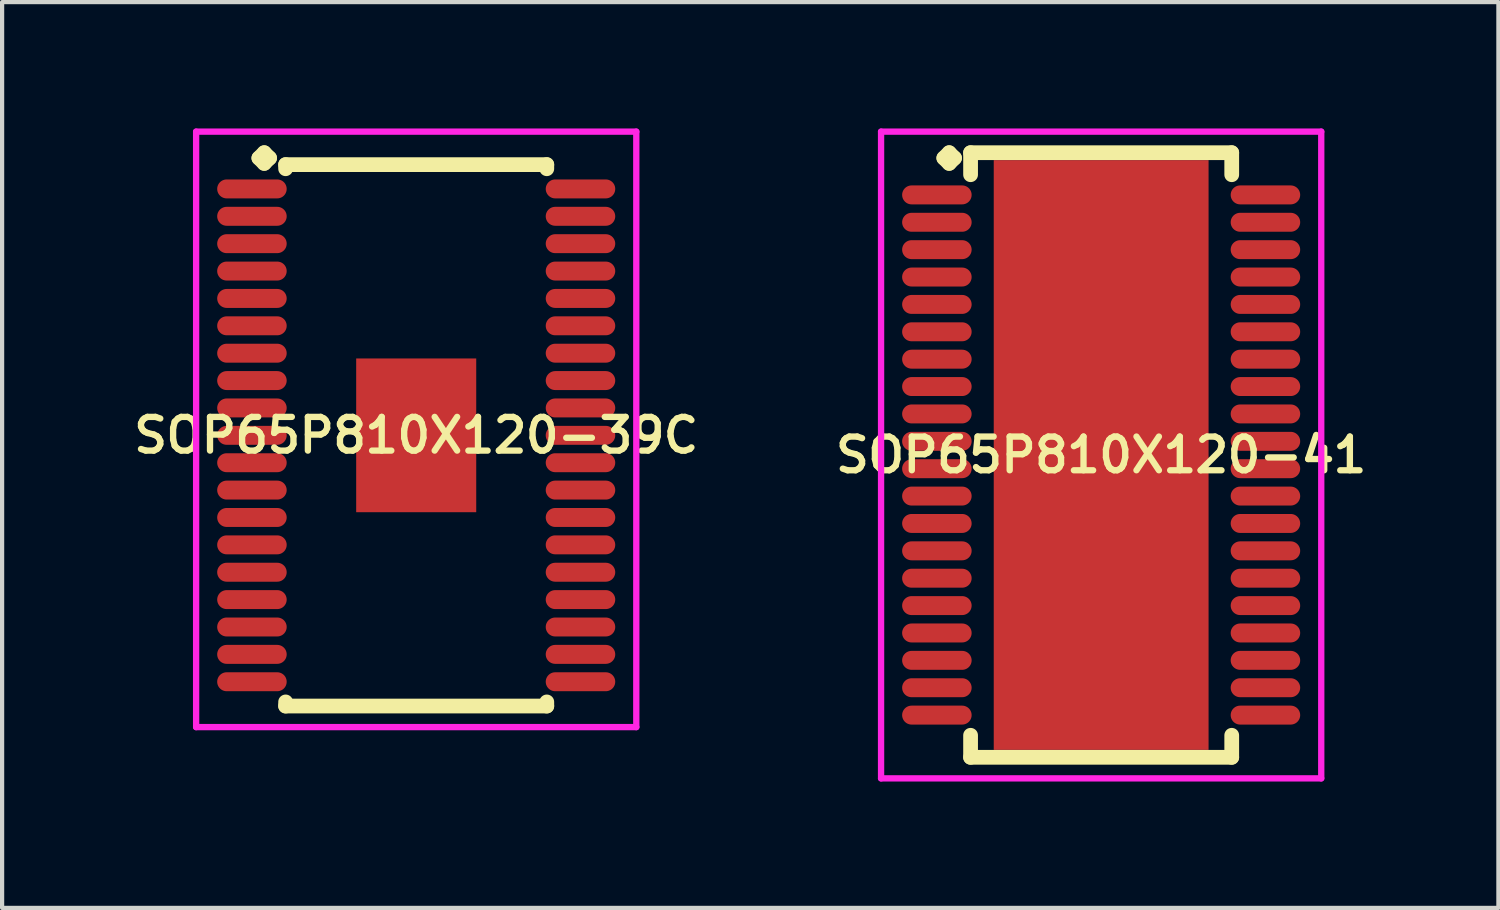
<source format=kicad_pcb>
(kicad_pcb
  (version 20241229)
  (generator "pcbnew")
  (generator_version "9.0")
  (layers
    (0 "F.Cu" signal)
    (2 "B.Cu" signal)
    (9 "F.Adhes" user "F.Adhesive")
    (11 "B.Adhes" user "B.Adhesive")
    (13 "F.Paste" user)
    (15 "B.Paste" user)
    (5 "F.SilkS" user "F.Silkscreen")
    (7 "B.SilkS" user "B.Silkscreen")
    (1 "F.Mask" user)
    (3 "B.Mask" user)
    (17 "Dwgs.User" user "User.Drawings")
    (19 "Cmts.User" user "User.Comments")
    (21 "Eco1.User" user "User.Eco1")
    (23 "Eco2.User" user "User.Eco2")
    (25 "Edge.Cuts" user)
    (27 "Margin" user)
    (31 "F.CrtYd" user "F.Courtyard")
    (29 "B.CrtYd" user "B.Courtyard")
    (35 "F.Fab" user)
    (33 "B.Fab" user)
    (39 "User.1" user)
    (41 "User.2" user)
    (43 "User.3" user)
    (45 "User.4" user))
  (footprint "SOP65P810X120-39C"
    (layer "F.Cu")
    (at 6.831 7.285)
    (property "Reference" "SOP65P810X120-39C" (at 0 0 0) (layer "F.SilkS") (effects (font (size 0.8 0.8) (thickness 0.15))))
    (attr smd)
    (fp_line (start -3.735 -6.583) (end -3.608 -6.71) (stroke (width 0.35) (type solid)) (layer "F.SilkS"))
    (fp_line (start -3.608 -6.71) (end -3.481 -6.583) (stroke (width 0.35) (type solid)) (layer "F.SilkS"))
    (fp_line (start -3.608 -6.456) (end -3.735 -6.583) (stroke (width 0.35) (type solid)) (layer "F.SilkS"))
    (fp_line (start -3.481 -6.583) (end -3.608 -6.456) (stroke (width 0.35) (type solid)) (layer "F.SilkS"))
    (fp_line (start -3.1 -6.427) (end 3.1 -6.427) (stroke (width 0.35) (type solid)) (layer "F.SilkS"))
    (fp_line (start -3.1 -6.329) (end -3.1 -6.427) (stroke (width 0.35) (type solid)) (layer "F.SilkS"))
    (fp_line (start -3.1 6.329) (end -3.1 6.427) (stroke (width 0.35) (type solid)) (layer "F.SilkS"))
    (fp_line (start -3.1 6.427) (end 3.1 6.427) (stroke (width 0.35) (type solid)) (layer "F.SilkS"))
    (fp_line (start 3.1 -6.427) (end 3.1 -6.329) (stroke (width 0.35) (type solid)) (layer "F.SilkS"))
    (fp_line (start 3.1 6.427) (end 3.1 6.329) (stroke (width 0.35) (type solid)) (layer "F.SilkS"))
    (fp_line (start -5.225 -7.21) (end 5.225 -7.21) (stroke (width 0.15) (type solid)) (layer "F.CrtYd"))
    (fp_line (start -5.225 6.927) (end -5.225 -7.21) (stroke (width 0.15) (type solid)) (layer "F.CrtYd"))
    (fp_line (start 5.225 -7.21) (end 5.225 6.927) (stroke (width 0.15) (type solid)) (layer "F.CrtYd"))
    (fp_line (start 5.225 6.927) (end -5.225 6.927) (stroke (width 0.15) (type solid)) (layer "F.CrtYd"))
    (pad "1" smd oval (at -3.9 -5.85) (size 1.65 0.45) (layers "F.Cu" "F.Mask" "F.Paste"))
    (pad "2" smd oval (at -3.9 -5.2) (size 1.65 0.45) (layers "F.Cu" "F.Mask" "F.Paste"))
    (pad "3" smd oval (at -3.9 -4.55) (size 1.65 0.45) (layers "F.Cu" "F.Mask" "F.Paste"))
    (pad "4" smd oval (at -3.9 -3.9) (size 1.65 0.45) (layers "F.Cu" "F.Mask" "F.Paste"))
    (pad "5" smd oval (at -3.9 -3.25) (size 1.65 0.45) (layers "F.Cu" "F.Mask" "F.Paste"))
    (pad "6" smd oval (at -3.9 -2.6) (size 1.65 0.45) (layers "F.Cu" "F.Mask" "F.Paste"))
    (pad "7" smd oval (at -3.9 -1.95) (size 1.65 0.45) (layers "F.Cu" "F.Mask" "F.Paste"))
    (pad "8" smd oval (at -3.9 -1.3) (size 1.65 0.45) (layers "F.Cu" "F.Mask" "F.Paste"))
    (pad "9" smd oval (at -3.9 -0.65) (size 1.65 0.45) (layers "F.Cu" "F.Mask" "F.Paste"))
    (pad "10" smd oval (at -3.9 0) (size 1.65 0.45) (layers "F.Cu" "F.Mask" "F.Paste"))
    (pad "11" smd oval (at -3.9 0.65) (size 1.65 0.45) (layers "F.Cu" "F.Mask" "F.Paste"))
    (pad "12" smd oval (at -3.9 1.3) (size 1.65 0.45) (layers "F.Cu" "F.Mask" "F.Paste"))
    (pad "13" smd oval (at -3.9 1.95) (size 1.65 0.45) (layers "F.Cu" "F.Mask" "F.Paste"))
    (pad "14" smd oval (at -3.9 2.6) (size 1.65 0.45) (layers "F.Cu" "F.Mask" "F.Paste"))
    (pad "15" smd oval (at -3.9 3.25) (size 1.65 0.45) (layers "F.Cu" "F.Mask" "F.Paste"))
    (pad "16" smd oval (at -3.9 3.9) (size 1.65 0.45) (layers "F.Cu" "F.Mask" "F.Paste"))
    (pad "17" smd oval (at -3.9 4.55) (size 1.65 0.45) (layers "F.Cu" "F.Mask" "F.Paste"))
    (pad "18" smd oval (at -3.9 5.2) (size 1.65 0.45) (layers "F.Cu" "F.Mask" "F.Paste"))
    (pad "19" smd oval (at -3.9 5.85) (size 1.65 0.45) (layers "F.Cu" "F.Mask" "F.Paste"))
    (pad "20" smd oval (at 3.9 5.85) (size 1.65 0.45) (layers "F.Cu" "F.Mask" "F.Paste"))
    (pad "21" smd oval (at 3.9 5.2) (size 1.65 0.45) (layers "F.Cu" "F.Mask" "F.Paste"))
    (pad "22" smd oval (at 3.9 4.55) (size 1.65 0.45) (layers "F.Cu" "F.Mask" "F.Paste"))
    (pad "23" smd oval (at 3.9 3.9) (size 1.65 0.45) (layers "F.Cu" "F.Mask" "F.Paste"))
    (pad "24" smd oval (at 3.9 3.25) (size 1.65 0.45) (layers "F.Cu" "F.Mask" "F.Paste"))
    (pad "25" smd oval (at 3.9 2.6) (size 1.65 0.45) (layers "F.Cu" "F.Mask" "F.Paste"))
    (pad "26" smd oval (at 3.9 1.95) (size 1.65 0.45) (layers "F.Cu" "F.Mask" "F.Paste"))
    (pad "27" smd oval (at 3.9 1.3) (size 1.65 0.45) (layers "F.Cu" "F.Mask" "F.Paste"))
    (pad "28" smd oval (at 3.9 0.65) (size 1.65 0.45) (layers "F.Cu" "F.Mask" "F.Paste"))
    (pad "29" smd oval (at 3.9 0) (size 1.65 0.45) (layers "F.Cu" "F.Mask" "F.Paste"))
    (pad "30" smd oval (at 3.9 -0.65) (size 1.65 0.45) (layers "F.Cu" "F.Mask" "F.Paste"))
    (pad "31" smd oval (at 3.9 -1.3) (size 1.65 0.45) (layers "F.Cu" "F.Mask" "F.Paste"))
    (pad "32" smd oval (at 3.9 -1.95) (size 1.65 0.45) (layers "F.Cu" "F.Mask" "F.Paste"))
    (pad "33" smd oval (at 3.9 -2.6) (size 1.65 0.45) (layers "F.Cu" "F.Mask" "F.Paste"))
    (pad "34" smd oval (at 3.9 -3.25) (size 1.65 0.45) (layers "F.Cu" "F.Mask" "F.Paste"))
    (pad "35" smd oval (at 3.9 -3.9) (size 1.65 0.45) (layers "F.Cu" "F.Mask" "F.Paste"))
    (pad "36" smd oval (at 3.9 -4.55) (size 1.65 0.45) (layers "F.Cu" "F.Mask" "F.Paste"))
    (pad "37" smd oval (at 3.9 -5.2) (size 1.65 0.45) (layers "F.Cu" "F.Mask" "F.Paste"))
    (pad "38" smd oval (at 3.9 -5.85) (size 1.65 0.45) (layers "F.Cu" "F.Mask" "F.Paste"))
    (pad "39" smd rect (at 0 0) (size 2.85 3.65) (layers "F.Cu" "F.Mask" "F.Paste")))
  (footprint "SOP65P810X120-41"
    (layer "F.Cu")
    (at 23.092 7.752)
    (property "Reference" "SOP65P810X120-41" (at 0 0 0) (layer "F.SilkS") (effects (font (size 0.8 0.8) (thickness 0.15))))
    (attr smd)
    (fp_line (start -3.735 -7.05) (end -3.608 -7.177) (stroke (width 0.35) (type solid)) (layer "F.SilkS"))
    (fp_line (start -3.608 -7.177) (end -3.481 -7.05) (stroke (width 0.35) (type solid)) (layer "F.SilkS"))
    (fp_line (start -3.608 -6.923) (end -3.735 -7.05) (stroke (width 0.35) (type solid)) (layer "F.SilkS"))
    (fp_line (start -3.481 -7.05) (end -3.608 -6.923) (stroke (width 0.35) (type solid)) (layer "F.SilkS"))
    (fp_line (start -3.1 -7.177) (end 3.1 -7.177) (stroke (width 0.35) (type solid)) (layer "F.SilkS"))
    (fp_line (start -3.1 -6.654) (end -3.1 -7.177) (stroke (width 0.35) (type solid)) (layer "F.SilkS"))
    (fp_line (start -3.1 6.654) (end -3.1 7.177) (stroke (width 0.35) (type solid)) (layer "F.SilkS"))
    (fp_line (start -3.1 7.177) (end 3.1 7.177) (stroke (width 0.35) (type solid)) (layer "F.SilkS"))
    (fp_line (start 3.1 -7.177) (end 3.1 -6.654) (stroke (width 0.35) (type solid)) (layer "F.SilkS"))
    (fp_line (start 3.1 7.177) (end 3.1 6.654) (stroke (width 0.35) (type solid)) (layer "F.SilkS"))
    (fp_line (start -5.225 -7.677) (end 5.225 -7.677) (stroke (width 0.15) (type solid)) (layer "F.CrtYd"))
    (fp_line (start -5.225 7.677) (end -5.225 -7.677) (stroke (width 0.15) (type solid)) (layer "F.CrtYd"))
    (fp_line (start 5.225 -7.677) (end 5.225 7.677) (stroke (width 0.15) (type solid)) (layer "F.CrtYd"))
    (fp_line (start 5.225 7.677) (end -5.225 7.677) (stroke (width 0.15) (type solid)) (layer "F.CrtYd"))
    (pad "1" smd oval (at -3.9 -6.175) (size 1.65 0.45) (layers "F.Cu" "F.Mask" "F.Paste"))
    (pad "2" smd oval (at -3.9 -5.525) (size 1.65 0.45) (layers "F.Cu" "F.Mask" "F.Paste"))
    (pad "3" smd oval (at -3.9 -4.875) (size 1.65 0.45) (layers "F.Cu" "F.Mask" "F.Paste"))
    (pad "4" smd oval (at -3.9 -4.225) (size 1.65 0.45) (layers "F.Cu" "F.Mask" "F.Paste"))
    (pad "5" smd oval (at -3.9 -3.575) (size 1.65 0.45) (layers "F.Cu" "F.Mask" "F.Paste"))
    (pad "6" smd oval (at -3.9 -2.925) (size 1.65 0.45) (layers "F.Cu" "F.Mask" "F.Paste"))
    (pad "7" smd oval (at -3.9 -2.275) (size 1.65 0.45) (layers "F.Cu" "F.Mask" "F.Paste"))
    (pad "8" smd oval (at -3.9 -1.625) (size 1.65 0.45) (layers "F.Cu" "F.Mask" "F.Paste"))
    (pad "9" smd oval (at -3.9 -0.975) (size 1.65 0.45) (layers "F.Cu" "F.Mask" "F.Paste"))
    (pad "10" smd oval (at -3.9 -0.325) (size 1.65 0.45) (layers "F.Cu" "F.Mask" "F.Paste"))
    (pad "11" smd oval (at -3.9 0.325) (size 1.65 0.45) (layers "F.Cu" "F.Mask" "F.Paste"))
    (pad "12" smd oval (at -3.9 0.975) (size 1.65 0.45) (layers "F.Cu" "F.Mask" "F.Paste"))
    (pad "13" smd oval (at -3.9 1.625) (size 1.65 0.45) (layers "F.Cu" "F.Mask" "F.Paste"))
    (pad "14" smd oval (at -3.9 2.275) (size 1.65 0.45) (layers "F.Cu" "F.Mask" "F.Paste"))
    (pad "15" smd oval (at -3.9 2.925) (size 1.65 0.45) (layers "F.Cu" "F.Mask" "F.Paste"))
    (pad "16" smd oval (at -3.9 3.575) (size 1.65 0.45) (layers "F.Cu" "F.Mask" "F.Paste"))
    (pad "17" smd oval (at -3.9 4.225) (size 1.65 0.45) (layers "F.Cu" "F.Mask" "F.Paste"))
    (pad "18" smd oval (at -3.9 4.875) (size 1.65 0.45) (layers "F.Cu" "F.Mask" "F.Paste"))
    (pad "19" smd oval (at -3.9 5.525) (size 1.65 0.45) (layers "F.Cu" "F.Mask" "F.Paste"))
    (pad "20" smd oval (at -3.9 6.175) (size 1.65 0.45) (layers "F.Cu" "F.Mask" "F.Paste"))
    (pad "21" smd oval (at 3.9 6.175) (size 1.65 0.45) (layers "F.Cu" "F.Mask" "F.Paste"))
    (pad "22" smd oval (at 3.9 5.525) (size 1.65 0.45) (layers "F.Cu" "F.Mask" "F.Paste"))
    (pad "23" smd oval (at 3.9 4.875) (size 1.65 0.45) (layers "F.Cu" "F.Mask" "F.Paste"))
    (pad "24" smd oval (at 3.9 4.225) (size 1.65 0.45) (layers "F.Cu" "F.Mask" "F.Paste"))
    (pad "25" smd oval (at 3.9 3.575) (size 1.65 0.45) (layers "F.Cu" "F.Mask" "F.Paste"))
    (pad "26" smd oval (at 3.9 2.925) (size 1.65 0.45) (layers "F.Cu" "F.Mask" "F.Paste"))
    (pad "27" smd oval (at 3.9 2.275) (size 1.65 0.45) (layers "F.Cu" "F.Mask" "F.Paste"))
    (pad "28" smd oval (at 3.9 1.625) (size 1.65 0.45) (layers "F.Cu" "F.Mask" "F.Paste"))
    (pad "29" smd oval (at 3.9 0.975) (size 1.65 0.45) (layers "F.Cu" "F.Mask" "F.Paste"))
    (pad "30" smd oval (at 3.9 0.325) (size 1.65 0.45) (layers "F.Cu" "F.Mask" "F.Paste"))
    (pad "31" smd oval (at 3.9 -0.325) (size 1.65 0.45) (layers "F.Cu" "F.Mask" "F.Paste"))
    (pad "32" smd oval (at 3.9 -0.975) (size 1.65 0.45) (layers "F.Cu" "F.Mask" "F.Paste"))
    (pad "33" smd oval (at 3.9 -1.625) (size 1.65 0.45) (layers "F.Cu" "F.Mask" "F.Paste"))
    (pad "34" smd oval (at 3.9 -2.275) (size 1.65 0.45) (layers "F.Cu" "F.Mask" "F.Paste"))
    (pad "35" smd oval (at 3.9 -2.925) (size 1.65 0.45) (layers "F.Cu" "F.Mask" "F.Paste"))
    (pad "36" smd oval (at 3.9 -3.575) (size 1.65 0.45) (layers "F.Cu" "F.Mask" "F.Paste"))
    (pad "37" smd oval (at 3.9 -4.225) (size 1.65 0.45) (layers "F.Cu" "F.Mask" "F.Paste"))
    (pad "38" smd oval (at 3.9 -4.875) (size 1.65 0.45) (layers "F.Cu" "F.Mask" "F.Paste"))
    (pad "39" smd oval (at 3.9 -5.525) (size 1.65 0.45) (layers "F.Cu" "F.Mask" "F.Paste"))
    (pad "40" smd oval (at 3.9 -6.175) (size 1.65 0.45) (layers "F.Cu" "F.Mask" "F.Paste"))
    (pad "41" smd rect (at 0 0) (size 5.1 14) (layers "F.Cu" "F.Mask" "F.Paste")))
  (gr_rect
    (start -3 -3)
    (end 32.523 18.504)
    (stroke (width 0.1) (type default))
    (fill no)
    (layer "Edge.Cuts")))
</source>
